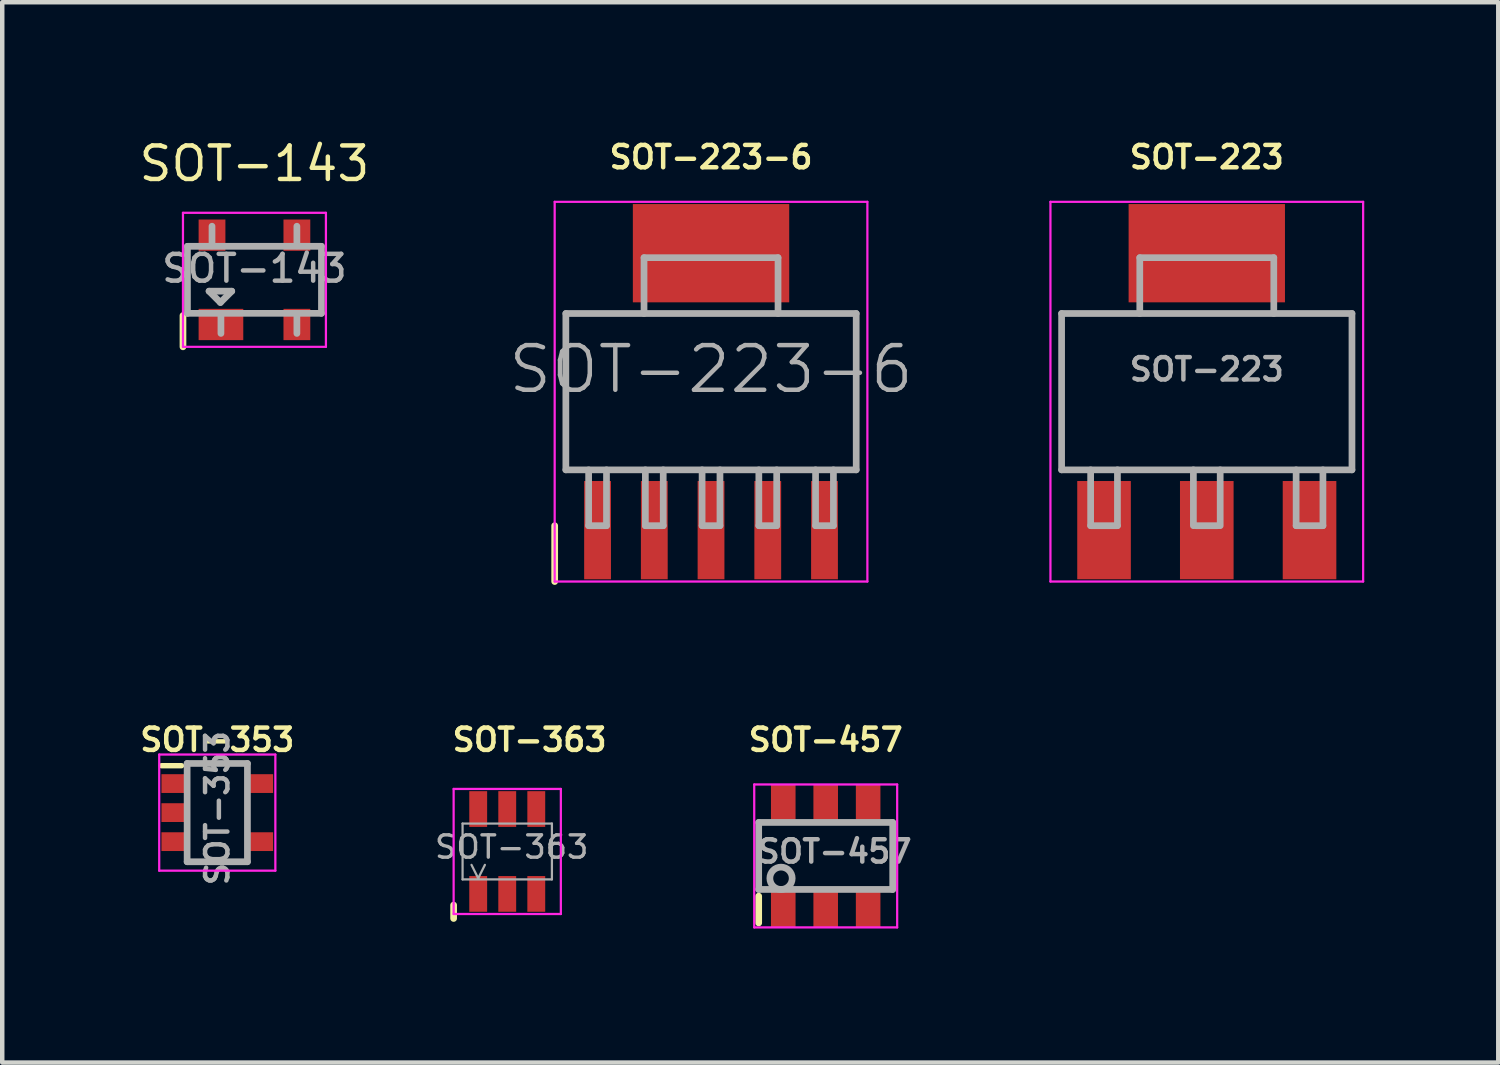
<source format=kicad_pcb>
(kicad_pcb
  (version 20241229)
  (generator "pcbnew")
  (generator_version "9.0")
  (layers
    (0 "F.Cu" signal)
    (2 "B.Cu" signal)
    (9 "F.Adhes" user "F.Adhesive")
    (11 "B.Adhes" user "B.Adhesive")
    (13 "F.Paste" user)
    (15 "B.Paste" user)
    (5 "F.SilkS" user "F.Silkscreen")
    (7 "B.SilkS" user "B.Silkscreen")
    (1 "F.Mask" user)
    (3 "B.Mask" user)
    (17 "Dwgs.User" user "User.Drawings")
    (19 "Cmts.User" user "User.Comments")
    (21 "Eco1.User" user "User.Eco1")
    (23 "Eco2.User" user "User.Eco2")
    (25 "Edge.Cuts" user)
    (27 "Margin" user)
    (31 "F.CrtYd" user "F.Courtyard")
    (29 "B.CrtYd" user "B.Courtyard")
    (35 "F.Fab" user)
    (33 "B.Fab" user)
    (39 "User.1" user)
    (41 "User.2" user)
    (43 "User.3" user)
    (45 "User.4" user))
  (footprint "SOT-457"
    (layer "F.Cu")
    (at 15.434 16.111)
    (property "Reference" "SOT-457" (at 0 -2.6 0) (layer "F.SilkS") (effects (font (size 0.5 0.5) (thickness 0.1))))
    (attr smd)
    (fp_line (start -1.5 0.9) (end -1.5 1.5) (stroke (width 0.15) (type solid)) (layer "F.SilkS"))
    (fp_line (start -1.6 -1.6) (end -1.6 1.6) (stroke (width 0.05) (type solid)) (layer "F.CrtYd"))
    (fp_line (start -1.6 -1.6) (end 1.6 -1.6) (stroke (width 0.05) (type solid)) (layer "F.CrtYd"))
    (fp_line (start -1.6 1.6) (end 1.6 1.6) (stroke (width 0.05) (type solid)) (layer "F.CrtYd"))
    (fp_line (start 1.6 -1.6) (end 1.6 1.6) (stroke (width 0.05) (type solid)) (layer "F.CrtYd"))
    (fp_line (start -1.5 -0.75) (end -1.5 0.75) (stroke (width 0.15) (type solid)) (layer "F.Fab"))
    (fp_line (start -1.5 0.75) (end 1.5 0.75) (stroke (width 0.15) (type solid)) (layer "F.Fab"))
    (fp_line (start 1.5 -0.75) (end -1.5 -0.75) (stroke (width 0.15) (type solid)) (layer "F.Fab"))
    (fp_line (start 1.5 0.75) (end 1.5 -0.75) (stroke (width 0.15) (type solid)) (layer "F.Fab"))
    (fp_circle (center -1 0.5) (end -1 0.25) (stroke (width 0.15) (type solid)) (fill no) (layer "F.Fab"))
    (fp_text user "${REFERENCE}" (at 0.2 -0.1 0) (layer "F.Fab") (effects (font (size 0.5 0.5) (thickness 0.1))))
    (pad "1" smd rect (at -0.95 1.2) (size 0.55 0.8) (layers "F.Cu" "F.Mask" "F.Paste"))
    (pad "2" smd rect (at 0 1.2) (size 0.55 0.8) (layers "F.Cu" "F.Mask" "F.Paste"))
    (pad "3" smd rect (at 0.95 1.2) (size 0.55 0.8) (layers "F.Cu" "F.Mask" "F.Paste"))
    (pad "4" smd rect (at 0.95 -1.2) (size 0.55 0.8) (layers "F.Cu" "F.Mask" "F.Paste"))
    (pad "5" smd rect (at 0 -1.2) (size 0.55 0.8) (layers "F.Cu" "F.Mask" "F.Paste"))
    (pad "6" smd rect (at -0.95 -1.2) (size 0.55 0.8) (layers "F.Cu" "F.Mask" "F.Paste")))
  (footprint "SOT-223-6"
    (layer "F.Cu")
    (at 12.867 5.718)
    (property "Reference" "SOT-223-6" (at 0 -5.25 0) (layer "F.SilkS") (effects (font (size 0.5 0.5) (thickness 0.1))))
    (attr smd)
    (fp_line (start -3.5 3) (end -3.5 4.25) (stroke (width 0.15) (type solid)) (layer "F.SilkS"))
    (fp_line (start -3.5 -4.25) (end -3.5 4.25) (stroke (width 0.05) (type solid)) (layer "F.CrtYd"))
    (fp_line (start -3.5 -4.25) (end 3.5 -4.25) (stroke (width 0.05) (type solid)) (layer "F.CrtYd"))
    (fp_line (start -3.5 4.25) (end 3.5 4.25) (stroke (width 0.05) (type solid)) (layer "F.CrtYd"))
    (fp_line (start 3.5 -4.25) (end 3.5 4.25) (stroke (width 0.05) (type solid)) (layer "F.CrtYd"))
    (fp_line (start -3.25 -1.75) (end -3.25 1.75) (stroke (width 0.15) (type solid)) (layer "F.Fab"))
    (fp_line (start -3.25 1.75) (end 3.25 1.75) (stroke (width 0.15) (type solid)) (layer "F.Fab"))
    (fp_line (start -2.74 1.75) (end -2.74 3) (stroke (width 0.15) (type solid)) (layer "F.Fab"))
    (fp_line (start -2.74 3) (end -2.34 3) (stroke (width 0.15) (type solid)) (layer "F.Fab"))
    (fp_line (start -2.34 3) (end -2.34 1.75) (stroke (width 0.15) (type solid)) (layer "F.Fab"))
    (fp_line (start -1.5 -3) (end -1.5 -1.75) (stroke (width 0.15) (type solid)) (layer "F.Fab"))
    (fp_line (start -1.5 -3) (end 1.5 -3) (stroke (width 0.15) (type solid)) (layer "F.Fab"))
    (fp_line (start -1.47 1.75) (end -1.47 3) (stroke (width 0.15) (type solid)) (layer "F.Fab"))
    (fp_line (start -1.47 3) (end -1.07 3) (stroke (width 0.15) (type solid)) (layer "F.Fab"))
    (fp_line (start -1.07 3) (end -1.07 1.75) (stroke (width 0.15) (type solid)) (layer "F.Fab"))
    (fp_line (start -0.2 1.75) (end -0.2 3) (stroke (width 0.15) (type solid)) (layer "F.Fab"))
    (fp_line (start -0.2 3) (end 0.2 3) (stroke (width 0.15) (type solid)) (layer "F.Fab"))
    (fp_line (start 0.2 3) (end 0.2 1.75) (stroke (width 0.15) (type solid)) (layer "F.Fab"))
    (fp_line (start 1.07 1.75) (end 1.07 3) (stroke (width 0.15) (type solid)) (layer "F.Fab"))
    (fp_line (start 1.07 3) (end 1.47 3) (stroke (width 0.15) (type solid)) (layer "F.Fab"))
    (fp_line (start 1.47 3) (end 1.47 1.75) (stroke (width 0.15) (type solid)) (layer "F.Fab"))
    (fp_line (start 1.5 -3) (end 1.5 -1.75) (stroke (width 0.15) (type solid)) (layer "F.Fab"))
    (fp_line (start 2.34 1.75) (end 2.34 3) (stroke (width 0.15) (type solid)) (layer "F.Fab"))
    (fp_line (start 2.34 3) (end 2.74 3) (stroke (width 0.15) (type solid)) (layer "F.Fab"))
    (fp_line (start 2.74 3) (end 2.74 1.75) (stroke (width 0.15) (type solid)) (layer "F.Fab"))
    (fp_line (start 3.25 -1.75) (end -3.25 -1.75) (stroke (width 0.15) (type solid)) (layer "F.Fab"))
    (fp_line (start 3.25 1.75) (end 3.25 -1.75) (stroke (width 0.15) (type solid)) (layer "F.Fab"))
    (fp_text user "${REFERENCE}" (at 0 -0.5 0) (layer "F.Fab") (effects (font (size 1 1) (thickness 0.1))))
    (pad "1" smd rect (at -2.54 3.1) (size 0.6 2.2) (layers "F.Cu" "F.Mask" "F.Paste"))
    (pad "2" smd rect (at -1.27 3.1) (size 0.6 2.2) (layers "F.Cu" "F.Mask" "F.Paste"))
    (pad "3" smd rect (at 0 3.1) (size 0.6 2.2) (layers "F.Cu" "F.Mask" "F.Paste"))
    (pad "4" smd rect (at 1.27 3.1) (size 0.6 2.2) (layers "F.Cu" "F.Mask" "F.Paste"))
    (pad "5" smd rect (at 2.54 3.1) (size 0.6 2.2) (layers "F.Cu" "F.Mask" "F.Paste"))
    (pad "6" smd rect (at 0 -3.1) (size 3.5 2.2) (layers "F.Cu" "F.Mask" "F.Paste")))
  (footprint "SOT-143"
    (layer "F.Cu")
    (at 2.646 3.214)
    (property "Reference" "SOT-143" (at 0 -2.6 0) (layer "F.SilkS") (effects (font (size 0.75 0.75) (thickness 0.1))))
    (attr smd)
    (fp_line (start -1.6 0.8) (end -1.6 1.5) (stroke (width 0.15) (type solid)) (layer "F.SilkS"))
    (fp_line (start -1.6 -1.5) (end -1.6 1.5) (stroke (width 0.05) (type solid)) (layer "F.CrtYd"))
    (fp_line (start -1.6 -1.5) (end 1.6 -1.5) (stroke (width 0.05) (type solid)) (layer "F.CrtYd"))
    (fp_line (start -1.6 1.5) (end 1.6 1.5) (stroke (width 0.05) (type solid)) (layer "F.CrtYd"))
    (fp_line (start 1.6 -1.5) (end 1.6 1.5) (stroke (width 0.05) (type solid)) (layer "F.CrtYd"))
    (fp_line (start -1.5 -0.75) (end -1.5 0.75) (stroke (width 0.15) (type solid)) (layer "F.Fab"))
    (fp_line (start -1.5 0.75) (end 1.5 0.75) (stroke (width 0.15) (type solid)) (layer "F.Fab"))
    (fp_line (start -1.016 0.254) (end -0.762 0.508) (stroke (width 0.15) (type solid)) (layer "F.Fab"))
    (fp_line (start -0.95 -1.2) (end -0.95 -0.762) (stroke (width 0.15) (type solid)) (layer "F.Fab"))
    (fp_line (start -0.762 0.508) (end -0.508 0.254) (stroke (width 0.15) (type solid)) (layer "F.Fab"))
    (fp_line (start -0.75 1.2) (end -0.75 0.762) (stroke (width 0.15) (type solid)) (layer "F.Fab"))
    (fp_line (start -0.508 0.254) (end -1.016 0.254) (stroke (width 0.15) (type solid)) (layer "F.Fab"))
    (fp_line (start 0.95 -1.2) (end 0.95 -0.762) (stroke (width 0.15) (type solid)) (layer "F.Fab"))
    (fp_line (start 0.95 1.2) (end 0.95 0.762) (stroke (width 0.15) (type solid)) (layer "F.Fab"))
    (fp_line (start 1.5 -0.75) (end -1.5 -0.75) (stroke (width 0.15) (type solid)) (layer "F.Fab"))
    (fp_line (start 1.5 0.75) (end 1.5 -0.75) (stroke (width 0.15) (type solid)) (layer "F.Fab"))
    (fp_text user "${REFERENCE}" (at 0 -0.254 0) (layer "F.Fab") (effects (font (size 0.6 0.6) (thickness 0.1))))
    (pad "1" smd rect (at -0.75 1) (size 1 0.7) (layers "F.Cu" "F.Mask" "F.Paste"))
    (pad "2" smd rect (at 0.95 1) (size 0.6 0.7) (layers "F.Cu" "F.Mask" "F.Paste"))
    (pad "3" smd rect (at 0.95 -1) (size 0.6 0.7) (layers "F.Cu" "F.Mask" "F.Paste"))
    (pad "4" smd rect (at -0.95 -1) (size 0.6 0.7) (layers "F.Cu" "F.Mask" "F.Paste")))
  (footprint "SOT-363"
    (layer "F.Cu")
    (at 8.305 16.011)
    (property "Reference" "SOT-363" (at 0.5 -2.5 0) (layer "F.SilkS") (effects (font (size 0.5 0.5) (thickness 0.1))))
    (attr smd)
    (fp_line (start -1.2 1.5) (end -1.2 1.2) (stroke (width 0.15) (type solid)) (layer "F.SilkS"))
    (fp_line (start -1.2 -1.4) (end 1.2 -1.4) (stroke (width 0.05) (type solid)) (layer "F.CrtYd"))
    (fp_line (start -1.2 1.4) (end -1.2 -1.4) (stroke (width 0.05) (type solid)) (layer "F.CrtYd"))
    (fp_line (start 1.2 -1.4) (end 1.2 1.4) (stroke (width 0.05) (type solid)) (layer "F.CrtYd"))
    (fp_line (start 1.2 1.4) (end -1.2 1.4) (stroke (width 0.05) (type solid)) (layer "F.CrtYd"))
    (fp_line (start -1 -0.625) (end 1 -0.625) (stroke (width 0.05) (type solid)) (layer "F.Fab"))
    (fp_line (start -1 0.625) (end -1 -0.625) (stroke (width 0.05) (type solid)) (layer "F.Fab"))
    (fp_line (start -0.8 0.3) (end -0.65 0.6) (stroke (width 0.05) (type solid)) (layer "F.Fab"))
    (fp_line (start -0.65 0.6) (end -0.5 0.3) (stroke (width 0.05) (type solid)) (layer "F.Fab"))
    (fp_line (start 1 -0.625) (end 1 0.625) (stroke (width 0.05) (type solid)) (layer "F.Fab"))
    (fp_line (start 1 0.625) (end -1 0.625) (stroke (width 0.05) (type solid)) (layer "F.Fab"))
    (fp_text user "${REFERENCE}" (at 0.1 -0.1 0) (layer "F.Fab") (effects (font (size 0.5 0.5) (thickness 0.075))))
    (pad "1" smd rect (at -0.65 0.95) (size 0.4 0.8) (layers "F.Cu" "F.Mask" "F.Paste"))
    (pad "2" smd rect (at 0 0.95) (size 0.4 0.8) (layers "F.Cu" "F.Mask" "F.Paste"))
    (pad "3" smd rect (at 0.65 0.95) (size 0.4 0.8) (layers "F.Cu" "F.Mask" "F.Paste"))
    (pad "4" smd rect (at 0.65 -0.95) (size 0.4 0.8) (layers "F.Cu" "F.Mask" "F.Paste"))
    (pad "5" smd rect (at 0 -0.95) (size 0.4 0.8) (layers "F.Cu" "F.Mask" "F.Paste"))
    (pad "6" smd rect (at -0.65 -0.95) (size 0.4 0.8) (layers "F.Cu" "F.Mask" "F.Paste")))
  (footprint "SOT-223"
    (layer "F.Cu")
    (at 23.965 5.718)
    (property "Reference" "SOT-223" (at 0 -5.25 180) (layer "F.SilkS") (effects (font (size 0.5 0.5) (thickness 0.1))))
    (attr smd)
    (fp_line (start -3.5 -4.25) (end -3.5 4.25) (stroke (width 0.05) (type solid)) (layer "F.CrtYd"))
    (fp_line (start -3.5 -4.25) (end 3.5 -4.25) (stroke (width 0.05) (type solid)) (layer "F.CrtYd"))
    (fp_line (start -3.5 4.25) (end 3.5 4.25) (stroke (width 0.05) (type solid)) (layer "F.CrtYd"))
    (fp_line (start 3.5 -4.25) (end 3.5 4.25) (stroke (width 0.05) (type solid)) (layer "F.CrtYd"))
    (fp_line (start -3.25 -1.75) (end -3.25 1.75) (stroke (width 0.15) (type solid)) (layer "F.Fab"))
    (fp_line (start -3.25 1.75) (end 3.25 1.75) (stroke (width 0.15) (type solid)) (layer "F.Fab"))
    (fp_line (start -2.6 1.75) (end -2.6 3) (stroke (width 0.15) (type solid)) (layer "F.Fab"))
    (fp_line (start -2.6 3) (end -2 3) (stroke (width 0.15) (type solid)) (layer "F.Fab"))
    (fp_line (start -2 3) (end -2 1.75) (stroke (width 0.15) (type solid)) (layer "F.Fab"))
    (fp_line (start -1.5 -3) (end -1.5 -1.75) (stroke (width 0.15) (type solid)) (layer "F.Fab"))
    (fp_line (start -1.5 -3) (end 1.5 -3) (stroke (width 0.15) (type solid)) (layer "F.Fab"))
    (fp_line (start -0.3 1.75) (end -0.3 3) (stroke (width 0.15) (type solid)) (layer "F.Fab"))
    (fp_line (start -0.25 3) (end 0.25 3) (stroke (width 0.15) (type solid)) (layer "F.Fab"))
    (fp_line (start 0.3 3) (end 0.3 1.75) (stroke (width 0.15) (type solid)) (layer "F.Fab"))
    (fp_line (start 1.5 -3) (end 1.5 -1.75) (stroke (width 0.15) (type solid)) (layer "F.Fab"))
    (fp_line (start 2 1.75) (end 2 3) (stroke (width 0.15) (type solid)) (layer "F.Fab"))
    (fp_line (start 2 3) (end 2.6 3) (stroke (width 0.15) (type solid)) (layer "F.Fab"))
    (fp_line (start 2.6 3) (end 2.6 1.75) (stroke (width 0.15) (type solid)) (layer "F.Fab"))
    (fp_line (start 3.25 -1.75) (end -3.25 -1.75) (stroke (width 0.15) (type solid)) (layer "F.Fab"))
    (fp_line (start 3.25 1.75) (end 3.25 -1.75) (stroke (width 0.15) (type solid)) (layer "F.Fab"))
    (fp_text user "${REFERENCE}" (at 0 -0.5 0) (layer "F.Fab") (effects (font (size 0.5 0.5) (thickness 0.1))))
    (pad "1" smd rect (at -2.3 3.1) (size 1.2 2.2) (layers "F.Cu" "F.Mask" "F.Paste"))
    (pad "2" smd rect (at 0 3.1) (size 1.2 2.2) (layers "F.Cu" "F.Mask" "F.Paste"))
    (pad "3" smd rect (at 2.3 3.1) (size 1.2 2.2) (layers "F.Cu" "F.Mask" "F.Paste"))
    (pad "4" smd rect (at 0 -3.1) (size 3.5 2.2) (layers "F.Cu" "F.Mask" "F.Paste")))
  (footprint "SOT-353"
    (layer "F.Cu")
    (at 1.814 15.141)
    (property "Reference" "SOT-353" (at 0 -1.63 0) (layer "F.SilkS") (effects (font (size 0.5 0.5) (thickness 0.1))))
    (attr smd)
    (fp_line (start -0.8 -1.05) (end -1.25 -1.05) (stroke (width 0.12) (type solid)) (layer "F.SilkS"))
    (fp_line (start -1.3 -1.3) (end -1.3 1.3) (stroke (width 0.05) (type solid)) (layer "F.CrtYd"))
    (fp_line (start -1.3 -1.3) (end 1.3 -1.3) (stroke (width 0.05) (type solid)) (layer "F.CrtYd"))
    (fp_line (start -1.3 1.3) (end 1.3 1.3) (stroke (width 0.05) (type solid)) (layer "F.CrtYd"))
    (fp_line (start 1.3 1.3) (end 1.3 -1.3) (stroke (width 0.05) (type solid)) (layer "F.CrtYd"))
    (fp_line (start -0.675 -1.1) (end -0.675 1.1) (stroke (width 0.15) (type solid)) (layer "F.Fab"))
    (fp_line (start 0.675 -1.1) (end -0.675 -1.1) (stroke (width 0.15) (type solid)) (layer "F.Fab"))
    (fp_line (start 0.675 -1.1) (end 0.675 1.1) (stroke (width 0.15) (type solid)) (layer "F.Fab"))
    (fp_line (start 0.675 1.1) (end -0.675 1.1) (stroke (width 0.15) (type solid)) (layer "F.Fab"))
    (fp_text user "${REFERENCE}" (at 0 -0.1 90) (layer "F.Fab") (effects (font (size 0.5 0.5) (thickness 0.1))))
    (pad "1" smd rect (at -0.95 -0.65) (size 0.6 0.42) (layers "F.Cu" "F.Mask" "F.Paste"))
    (pad "2" smd rect (at -0.95 0) (size 0.6 0.42) (layers "F.Cu" "F.Mask" "F.Paste"))
    (pad "3" smd rect (at -0.95 0.65) (size 0.6 0.42) (layers "F.Cu" "F.Mask" "F.Paste"))
    (pad "4" smd rect (at 0.95 0.65) (size 0.6 0.42) (layers "F.Cu" "F.Mask" "F.Paste"))
    (pad "5" smd rect (at 0.95 -0.65) (size 0.6 0.42) (layers "F.Cu" "F.Mask" "F.Paste")))
  (gr_rect
    (start -3 -3)
    (end 30.49 20.736)
    (stroke (width 0.1) (type default))
    (fill no)
    (layer "Edge.Cuts")))
</source>
